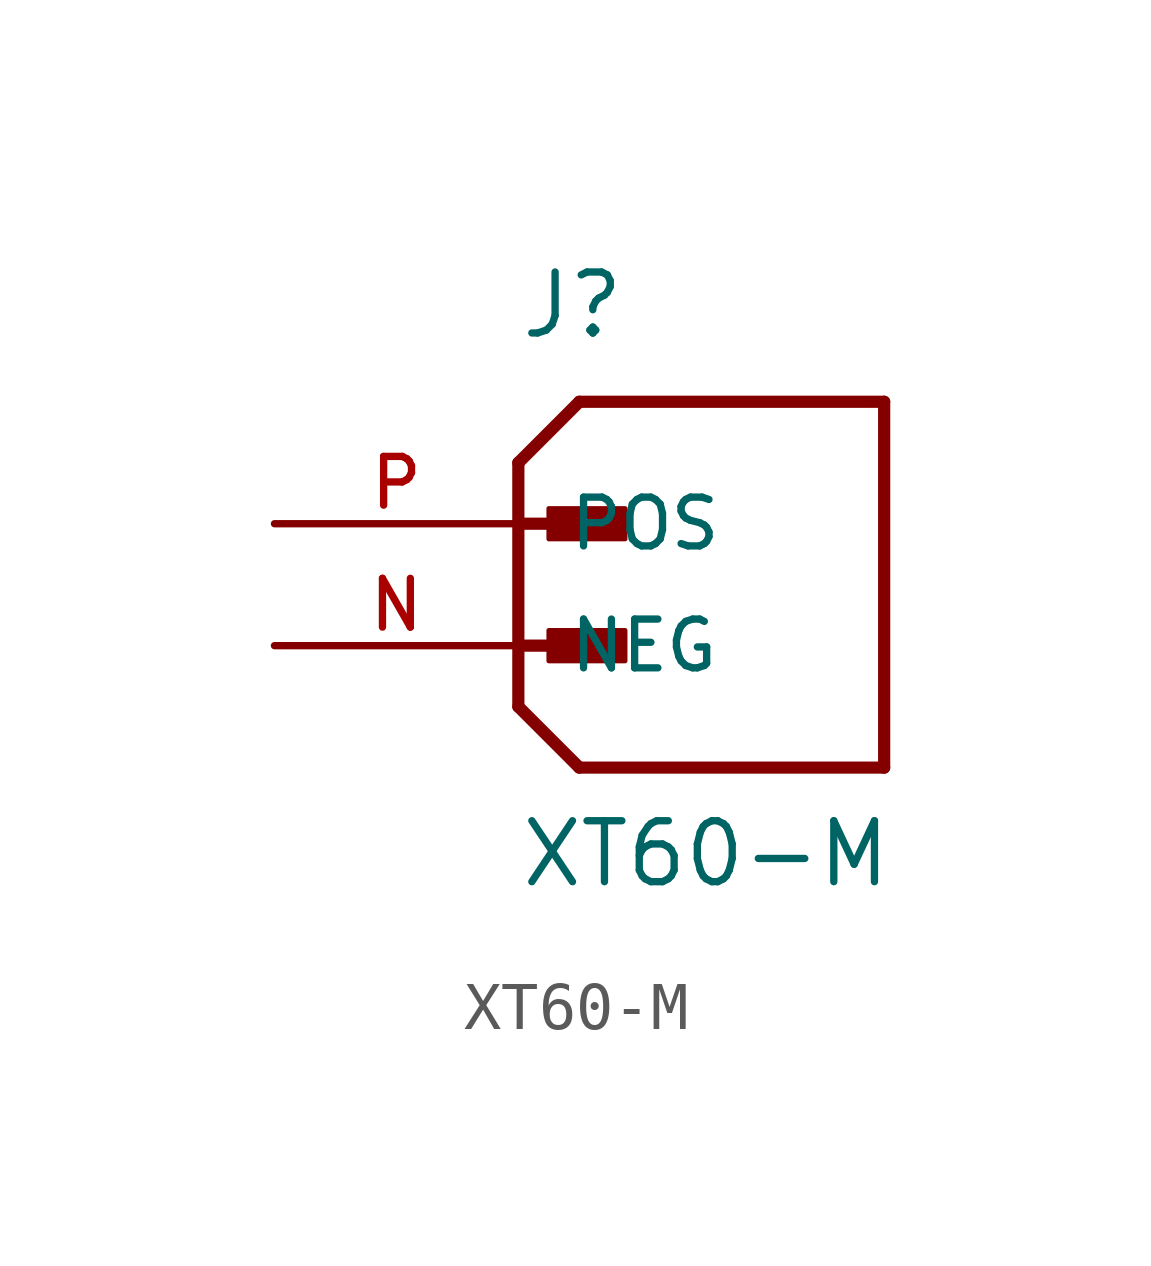
<source format=kicad_sym>
(kicad_symbol_lib
  (version 20231120)
  (generator "kicad_symbol_editor")
  (generator_version "8.0")
  (symbol "XT60-M"
    (pin_names
      (offset 1.016))
    (property "Reference" "J"
      (at 0 6.35 0)
      (effects (font (size 1.27 1.27)) (justify left bottom)))
    (property "Value" "XT60-M"
      (at 0 -5.08 0)
      (effects (font (size 1.27 1.27)) (justify left bottom)))
    (symbol "XT60-M_0_0"
      (polyline (pts (xy 0 -1.27) (xy 1.27 -2.54)) (stroke (width 0.254) (type default)) (fill (type none)))
      (polyline (pts (xy 0 0) (xy 1.905 0)) (stroke (width 0.254) (type default)) (fill (type none)))
      (polyline (pts (xy 0 2.54) (xy 0 -1.27)) (stroke (width 0.254) (type default)) (fill (type none)))
      (polyline (pts (xy 0 2.54) (xy 1.905 2.54)) (stroke (width 0.254) (type default)) (fill (type none)))
      (polyline (pts (xy 0 3.81) (xy 0 2.54)) (stroke (width 0.254) (type default)) (fill (type none)))
      (polyline (pts (xy 0 3.81) (xy 1.27 5.08)) (stroke (width 0.254) (type default)) (fill (type none)))
      (polyline (pts (xy 1.27 -2.54) (xy 7.62 -2.54)) (stroke (width 0.254) (type default)) (fill (type none)))
      (polyline (pts (xy 7.62 -2.54) (xy 7.62 5.08)) (stroke (width 0.254) (type default)) (fill (type none)))
      (polyline (pts (xy 7.62 5.08) (xy 1.27 5.08)) (stroke (width 0.254) (type default)) (fill (type none)))
      (rectangle (start 0.635 -0.318) (end 2.223 0.318) (stroke (width 0.1) (type default)) (fill (type outline)))
      (rectangle (start 0.635 2.223) (end 2.223 2.857) (stroke (width 0.1) (type default)) (fill (type outline))))
    (symbol "XT60-M_1_0"
      (pin power_in line (at -5.08 0 0) (length 5.08) (name "NEG" (effects (font (size 1.016 1.016)))) (number "N" (effects (font (size 1.016 1.016)))))
      (pin power_out line (at -5.08 2.54 0) (length 5.08) (name "POS" (effects (font (size 1.016 1.016)))) (number "P" (effects (font (size 1.016 1.016))))))))
</source>
